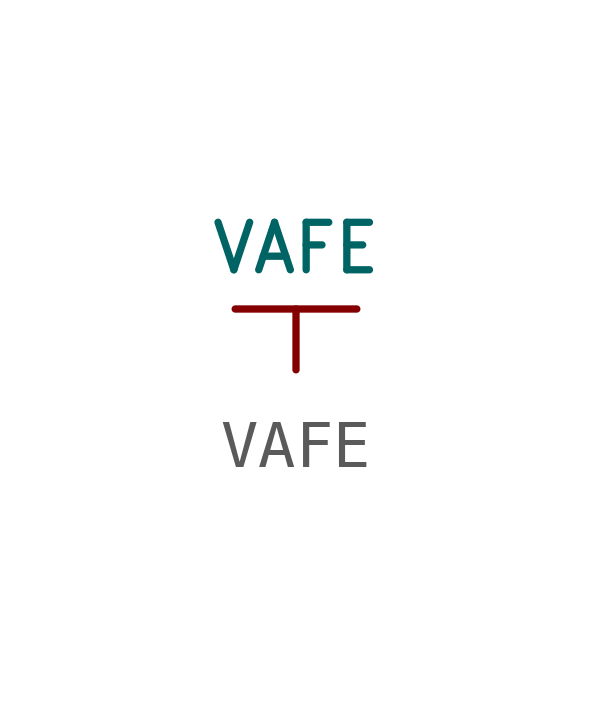
<source format=kicad_sym>
(kicad_symbol_lib
  (version 20220914)
  (generator kicad_symbol_editor)
  (symbol "VAFE"
    (power)
    (pin_numbers hide)
    (pin_names
      (offset 0) hide)
    (property "Reference" "#PWR"
      (at 0 -2.54 0)
      (effects (font (size 1.524 1.524)) hide))
    (property "Value" "VAFE"
      (at 0 1.27 0)
      (effects (font (size 0.991 0.991))))
    (property "Footprint" ""
      (at 0 0 0)
      (effects (font (size 1.524 1.524))))
    (property "Datasheet" ""
      (at 0 0 0)
      (effects (font (size 1.524 1.524))))
    (symbol "VAFE_0_1"
      (polyline (pts (xy -1.27 0) (xy 1.27 0)) (stroke (width 0) (type default)) (fill (type none))))
    (symbol "VAFE_1_1"
      (pin power_in line (at 0 -1.27 90) (length 1.27) (name "VAFE" (effects (font (size 1.27 1.27)))) (number "1" (effects (font (size 1.27 1.27))))))))
</source>
